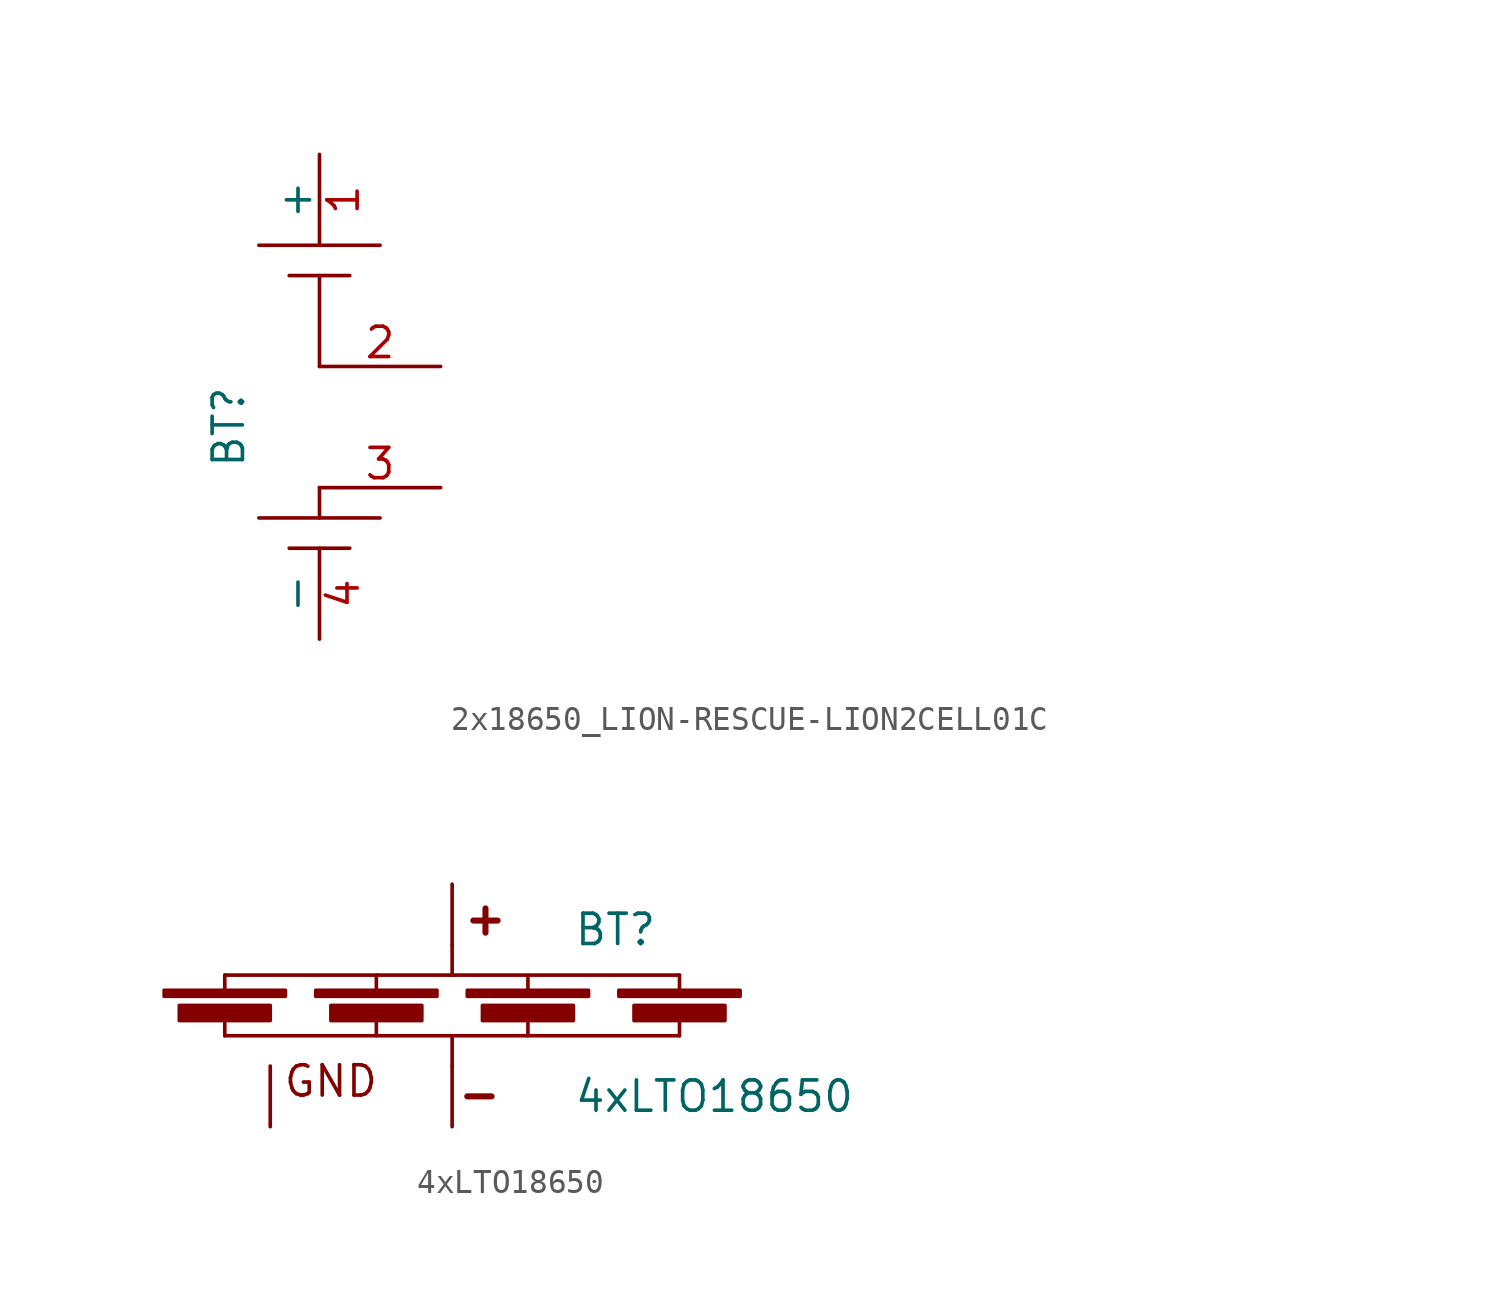
<source format=kicad_sym>
(kicad_symbol_lib
  (version 20211014)
  (generator kicad_symbol_editor)
  (symbol "2x18650_LION-RESCUE-LION2CELL01C"
    (pin_names
      (offset 0))
    (property "Reference" "BT"
      (at -3.81 0 90)
      (effects (font (size 1.27 1.27))))
    (property "Footprint" ""
      (at 40.64 8.89 0)
      (effects (font (size 1.524 1.524))))
    (property "Datasheet" ""
      (at 40.64 8.89 0)
      (effects (font (size 1.524 1.524))))
    (symbol "2x18650_LION-RESCUE-LION2CELL01C_0_1"
      (rectangle (start 0 -3.81) (end 0 -2.54) (stroke (width 0) (type default) (color 0 0 0 0)) (fill (type none)))
      (rectangle (start 0 6.35) (end 0 2.54) (stroke (width 0) (type default) (color 0 0 0 0)) (fill (type none)))
      (rectangle (start 1.27 -5.08) (end -1.27 -5.08) (stroke (width 0) (type default) (color 0 0 0 0)) (fill (type none)))
      (rectangle (start 1.27 6.35) (end -1.27 6.35) (stroke (width 0) (type default) (color 0 0 0 0)) (fill (type none)))
      (rectangle (start 2.54 -3.81) (end -2.54 -3.81) (stroke (width 0) (type default) (color 0 0 0 0)) (fill (type none)))
      (rectangle (start 2.54 7.62) (end -2.54 7.62) (stroke (width 0) (type default) (color 0 0 0 0)) (fill (type none))))
    (symbol "2x18650_LION-RESCUE-LION2CELL01C_1_1"
      (pin passive line (at 0 11.43 270) (length 3.81) (name "+" (effects (font (size 1.27 1.27)))) (number "1" (effects (font (size 1.27 1.27)))))
      (pin unspecified line (at 5.08 2.54 180) (length 5.08) (name "~" (effects (font (size 1.27 1.27)))) (number "2" (effects (font (size 1.27 1.27)))))
      (pin unspecified line (at 5.08 -2.54 180) (length 5.08) (name "~" (effects (font (size 1.27 1.27)))) (number "3" (effects (font (size 1.27 1.27)))))
      (pin passive line (at 0 -8.89 90) (length 3.81) (name "-" (effects (font (size 1.27 1.27)))) (number "4" (effects (font (size 1.27 1.27)))))))
  (symbol "4xLTO18650"
    (pin_numbers hide)
    (pin_names
      (offset 0) hide)
    (property "Reference" "BT"
      (at 5.08 4.445 0)
      (effects (font (size 1.27 1.27)) (justify left)))
    (property "Value" "4xLTO18650"
      (at 5.08 -2.54 0)
      (effects (font (size 1.27 1.27)) (justify left)))
    (symbol "4xLTO18650_0_0"
      (text "GND" (at -5.08 -1.905 0) (effects (font (size 1.27 1.27)))))
    (symbol "4xLTO18650_0_1"
      (rectangle (start -12.065 1.905) (end -6.985 1.651) (stroke (width 0) (type default) (color 0 0 0 0)) (fill (type outline)))
      (rectangle (start -11.43 1.27) (end -7.62 0.635) (stroke (width 0) (type default) (color 0 0 0 0)) (fill (type outline)))
      (rectangle (start -5.715 1.905) (end -0.635 1.651) (stroke (width 0) (type default) (color 0 0 0 0)) (fill (type outline)))
      (rectangle (start -5.08 1.27) (end -1.27 0.635) (stroke (width 0) (type default) (color 0 0 0 0)) (fill (type outline)))
      (polyline (pts (xy -9.525 0) (xy 9.525 0)) (stroke (width 0.152) (type default) (color 0 0 0 0)) (fill (type none)))
      (polyline (pts (xy -9.525 0.635) (xy -9.525 0)) (stroke (width 0.152) (type default) (color 0 0 0 0)) (fill (type none)))
      (polyline (pts (xy -9.525 1.905) (xy -9.525 2.54)) (stroke (width 0.152) (type default) (color 0 0 0 0)) (fill (type none)))
      (polyline (pts (xy -9.525 2.54) (xy 9.525 2.54)) (stroke (width 0.152) (type default) (color 0 0 0 0)) (fill (type none)))
      (polyline (pts (xy -3.175 0.635) (xy -3.175 0)) (stroke (width 0.152) (type default) (color 0 0 0 0)) (fill (type none)))
      (polyline (pts (xy -3.175 1.905) (xy -3.175 2.54)) (stroke (width 0.152) (type default) (color 0 0 0 0)) (fill (type none)))
      (polyline (pts (xy 0 -1.27) (xy 0 0)) (stroke (width 0.152) (type default) (color 0 0 0 0)) (fill (type none)))
      (polyline (pts (xy 0 2.54) (xy 0 3.81)) (stroke (width 0.152) (type default) (color 0 0 0 0)) (fill (type none)))
      (polyline (pts (xy 0.635 -2.54) (xy 1.651 -2.54)) (stroke (width 0.254) (type default) (color 0 0 0 0)) (fill (type none)))
      (polyline (pts (xy 0.889 4.826) (xy 1.905 4.826)) (stroke (width 0.254) (type default) (color 0 0 0 0)) (fill (type none)))
      (polyline (pts (xy 1.397 5.334) (xy 1.397 4.318)) (stroke (width 0.254) (type default) (color 0 0 0 0)) (fill (type none)))
      (polyline (pts (xy 3.175 0.635) (xy 3.175 0)) (stroke (width 0.152) (type default) (color 0 0 0 0)) (fill (type none)))
      (polyline (pts (xy 3.175 1.905) (xy 3.175 2.54)) (stroke (width 0.152) (type default) (color 0 0 0 0)) (fill (type none)))
      (polyline (pts (xy 9.525 0.635) (xy 9.525 0)) (stroke (width 0.152) (type default) (color 0 0 0 0)) (fill (type none)))
      (polyline (pts (xy 9.525 1.905) (xy 9.525 2.54)) (stroke (width 0.152) (type default) (color 0 0 0 0)) (fill (type none)))
      (rectangle (start 0.635 1.905) (end 5.715 1.651) (stroke (width 0) (type default) (color 0 0 0 0)) (fill (type outline)))
      (rectangle (start 1.27 1.27) (end 5.08 0.635) (stroke (width 0) (type default) (color 0 0 0 0)) (fill (type outline)))
      (rectangle (start 6.985 1.905) (end 12.065 1.651) (stroke (width 0) (type default) (color 0 0 0 0)) (fill (type outline)))
      (rectangle (start 7.62 1.27) (end 11.43 0.635) (stroke (width 0) (type default) (color 0 0 0 0)) (fill (type outline))))
    (symbol "4xLTO18650_1_1"
      (pin passive line (at 0 6.35 270) (length 2.54) (name "+" (effects (font (size 1.27 1.27)))) (number "1" (effects (font (size 1.27 1.27)))))
      (pin passive line (at 0 -3.81 90) (length 2.54) (name "-" (effects (font (size 1.27 1.27)))) (number "2" (effects (font (size 1.27 1.27)))))
      (pin passive line (at -7.62 -3.81 90) (length 2.54) (name "GND" (effects (font (size 1.27 1.27)))) (number "3" (effects (font (size 1.27 1.27))))))))
</source>
